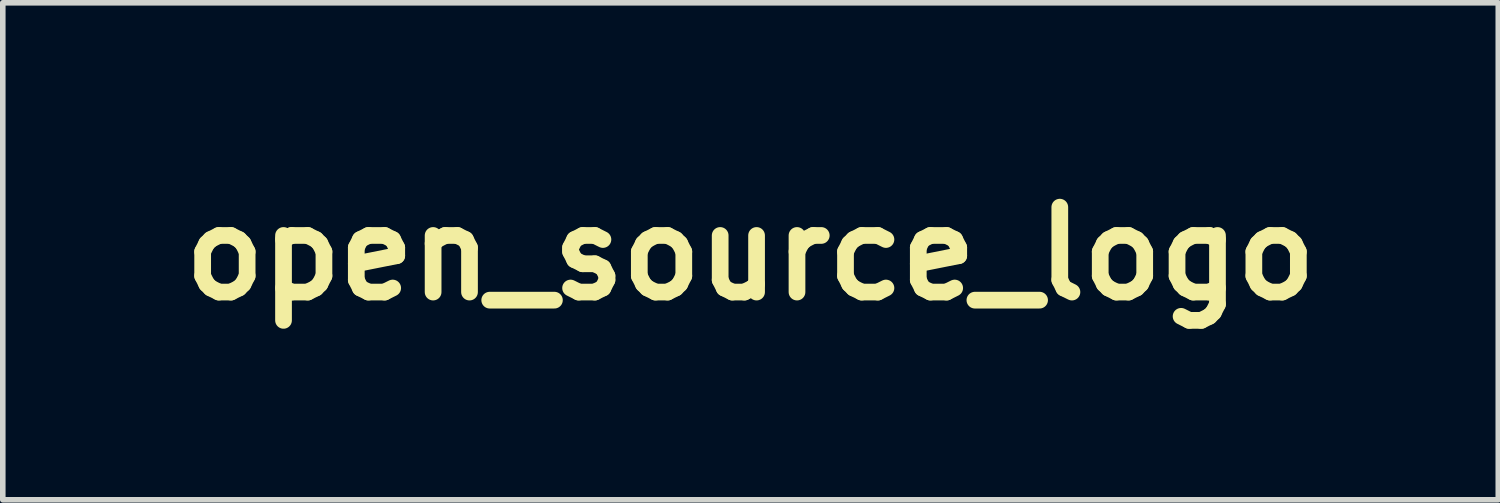
<source format=kicad_pcb>
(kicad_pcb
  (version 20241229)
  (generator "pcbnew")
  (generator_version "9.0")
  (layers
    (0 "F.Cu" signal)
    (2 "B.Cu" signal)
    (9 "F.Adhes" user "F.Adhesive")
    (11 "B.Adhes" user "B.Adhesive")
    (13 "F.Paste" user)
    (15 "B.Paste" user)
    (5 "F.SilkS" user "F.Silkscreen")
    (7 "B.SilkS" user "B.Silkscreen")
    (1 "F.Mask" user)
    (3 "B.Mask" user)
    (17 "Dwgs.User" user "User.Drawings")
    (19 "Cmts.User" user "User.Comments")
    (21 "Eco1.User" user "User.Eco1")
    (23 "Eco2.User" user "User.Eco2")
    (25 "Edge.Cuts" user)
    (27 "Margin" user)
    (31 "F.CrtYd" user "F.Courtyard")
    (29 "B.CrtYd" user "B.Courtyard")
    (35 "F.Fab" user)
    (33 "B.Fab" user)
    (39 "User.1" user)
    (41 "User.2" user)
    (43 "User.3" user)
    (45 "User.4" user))
  (footprint "open_source_logo"
    (layer "F.Cu")
    (at 10.421 1.503)
    (property "Reference" "open_source_logo" (at 0 0 0) (layer "F.SilkS") (effects (font (size 1.524 1.524) (thickness 0.3))))
    (attr through_hole)
    (fp_poly (pts (xy 0.695 0.316) (xy 0.711 0.344) (xy 0.716 0.37) (xy 0.739 0.364) (xy 0.768 0.344) (xy 0.836 0.317) (xy 0.922 0.306) (xy 1.002 0.313) (xy 1.036 0.326) (xy 1.053 0.35) (xy 1.034 0.389) (xy 1.02 0.408) (xy 0.968 0.452) (xy 0.899 0.463) (xy 0.882 0.461) (xy 0.813 0.462) (xy 0.765 0.482) (xy 0.734 0.529) (xy 0.718 0.61) (xy 0.712 0.731) (xy 0.711 0.789) (xy 0.711 1.041) (xy 0.559 1.041) (xy 0.559 0.305) (xy 0.635 0.305) (xy 0.695 0.316)) (stroke (width 0.01) (type solid)) (fill yes) (layer "F.Mask"))
    (fp_poly (pts (xy 3.711 0.312) (xy 3.734 0.331) (xy 3.734 0.331) (xy 3.749 0.344) (xy 3.783 0.331) (xy 3.851 0.311) (xy 3.936 0.306) (xy 4.011 0.317) (xy 4.036 0.328) (xy 4.056 0.351) (xy 4.044 0.386) (xy 4.029 0.409) (xy 3.986 0.451) (xy 3.925 0.462) (xy 3.898 0.461) (xy 3.831 0.46) (xy 3.785 0.474) (xy 3.756 0.512) (xy 3.741 0.582) (xy 3.735 0.69) (xy 3.734 0.778) (xy 3.734 1.041) (xy 3.581 1.041) (xy 3.581 0.305) (xy 3.658 0.305) (xy 3.711 0.312)) (stroke (width 0.01) (type solid)) (fill yes) (layer "F.Mask"))
    (fp_poly (pts (xy 4.195 -0.874) (xy 4.218 -0.863) (xy 4.251 -0.841) (xy 4.251 -0.816) (xy 4.223 -0.774) (xy 4.179 -0.731) (xy 4.123 -0.724) (xy 4.098 -0.727) (xy 4.024 -0.727) (xy 3.965 -0.688) (xy 3.965 -0.688) (xy 3.94 -0.658) (xy 3.924 -0.619) (xy 3.916 -0.56) (xy 3.912 -0.47) (xy 3.912 -0.381) (xy 3.912 -0.127) (xy 3.758 -0.127) (xy 3.765 -0.502) (xy 3.772 -0.876) (xy 3.842 -0.884) (xy 3.895 -0.881) (xy 3.912 -0.852) (xy 3.912 -0.852) (xy 3.916 -0.827) (xy 3.94 -0.828) (xy 3.987 -0.85) (xy 4.096 -0.886) (xy 4.195 -0.874)) (stroke (width 0.01) (type solid)) (fill yes) (layer "F.Mask"))
    (fp_poly (pts (xy 0.96 -0.872) (xy 1.047 -0.815) (xy 1.13 -0.741) (xy 1.148 -0.127) (xy 0.995 -0.127) (xy 0.987 -0.396) (xy 0.981 -0.519) (xy 0.974 -0.602) (xy 0.963 -0.654) (xy 0.946 -0.685) (xy 0.929 -0.701) (xy 0.85 -0.734) (xy 0.776 -0.717) (xy 0.737 -0.686) (xy 0.713 -0.656) (xy 0.698 -0.615) (xy 0.69 -0.554) (xy 0.686 -0.459) (xy 0.686 -0.381) (xy 0.686 -0.127) (xy 0.532 -0.127) (xy 0.539 -0.502) (xy 0.546 -0.876) (xy 0.616 -0.884) (xy 0.67 -0.881) (xy 0.686 -0.852) (xy 0.686 -0.852) (xy 0.691 -0.827) (xy 0.714 -0.828) (xy 0.761 -0.85) (xy 0.866 -0.885) (xy 0.96 -0.872)) (stroke (width 0.01) (type solid)) (fill yes) (layer "F.Mask"))
    (fp_poly (pts (xy 3.524 -0.884) (xy 3.594 -0.876) (xy 3.608 -0.127) (xy 3.531 -0.127) (xy 3.471 -0.138) (xy 3.454 -0.167) (xy 3.45 -0.192) (xy 3.427 -0.186) (xy 3.398 -0.167) (xy 3.306 -0.131) (xy 3.204 -0.133) (xy 3.111 -0.172) (xy 3.091 -0.188) (xy 3.05 -0.231) (xy 3.023 -0.279) (xy 3.007 -0.341) (xy 3.001 -0.428) (xy 3.001 -0.551) (xy 3.002 -0.622) (xy 3.01 -0.876) (xy 3.08 -0.884) (xy 3.15 -0.892) (xy 3.15 -0.642) (xy 3.154 -0.495) (xy 3.168 -0.392) (xy 3.195 -0.325) (xy 3.238 -0.29) (xy 3.299 -0.279) (xy 3.302 -0.279) (xy 3.364 -0.289) (xy 3.407 -0.324) (xy 3.435 -0.388) (xy 3.45 -0.49) (xy 3.454 -0.636) (xy 3.454 -0.642) (xy 3.454 -0.892) (xy 3.524 -0.884)) (stroke (width 0.01) (type solid)) (fill yes) (layer "F.Mask"))
    (fp_poly (pts (xy 4.659 -0.874) (xy 4.753 -0.834) (xy 4.821 -0.791) (xy 4.846 -0.759) (xy 4.832 -0.729) (xy 4.797 -0.701) (xy 4.75 -0.677) (xy 4.709 -0.687) (xy 4.689 -0.7) (xy 4.602 -0.734) (xy 4.514 -0.718) (xy 4.467 -0.688) (xy 4.424 -0.625) (xy 4.405 -0.535) (xy 4.409 -0.44) (xy 4.438 -0.357) (xy 4.455 -0.333) (xy 4.525 -0.29) (xy 4.613 -0.282) (xy 4.698 -0.31) (xy 4.699 -0.311) (xy 4.741 -0.327) (xy 4.78 -0.31) (xy 4.804 -0.287) (xy 4.859 -0.232) (xy 4.773 -0.18) (xy 4.654 -0.135) (xy 4.529 -0.132) (xy 4.413 -0.172) (xy 4.394 -0.184) (xy 4.314 -0.266) (xy 4.266 -0.374) (xy 4.249 -0.495) (xy 4.263 -0.617) (xy 4.307 -0.727) (xy 4.379 -0.815) (xy 4.435 -0.85) (xy 4.549 -0.885) (xy 4.659 -0.874)) (stroke (width 0.01) (type solid)) (fill yes) (layer "F.Mask"))
    (fp_poly (pts (xy -1.241 -0.871) (xy -1.194 -0.851) (xy -1.122 -0.804) (xy -1.076 -0.745) (xy -1.051 -0.663) (xy -1.042 -0.546) (xy -1.041 -0.5) (xy -1.043 -0.398) (xy -1.049 -0.332) (xy -1.066 -0.286) (xy -1.097 -0.245) (xy -1.128 -0.213) (xy -1.193 -0.157) (xy -1.253 -0.133) (xy -1.325 -0.128) (xy -1.408 -0.136) (xy -1.479 -0.154) (xy -1.492 -0.161) (xy -1.567 -0.222) (xy -1.615 -0.311) (xy -1.64 -0.435) (xy -1.639 -0.514) (xy -1.486 -0.514) (xy -1.48 -0.414) (xy -1.462 -0.342) (xy -1.451 -0.321) (xy -1.392 -0.287) (xy -1.313 -0.283) (xy -1.243 -0.306) (xy -1.215 -0.33) (xy -1.2 -0.373) (xy -1.194 -0.449) (xy -1.194 -0.488) (xy -1.205 -0.612) (xy -1.238 -0.693) (xy -1.295 -0.732) (xy -1.333 -0.737) (xy -1.41 -0.722) (xy -1.459 -0.674) (xy -1.482 -0.588) (xy -1.486 -0.514) (xy -1.639 -0.514) (xy -1.638 -0.58) (xy -1.603 -0.704) (xy -1.54 -0.8) (xy -1.455 -0.863) (xy -1.353 -0.889) (xy -1.241 -0.871)) (stroke (width 0.01) (type solid)) (fill yes) (layer "F.Mask"))
    (fp_poly (pts (xy 1.676 1.041) (xy 1.602 1.041) (xy 1.546 1.032) (xy 1.518 1.01) (xy 1.501 0.991) (xy 1.468 1.01) (xy 1.402 1.04) (xy 1.315 1.052) (xy 1.235 1.042) (xy 1.231 1.04) (xy 1.165 1.006) (xy 1.12 0.956) (xy 1.094 0.879) (xy 1.082 0.769) (xy 1.08 0.7) (xy 1.219 0.7) (xy 1.235 0.796) (xy 1.275 0.868) (xy 1.333 0.909) (xy 1.397 0.912) (xy 1.457 0.877) (xy 1.498 0.805) (xy 1.517 0.707) (xy 1.51 0.603) (xy 1.483 0.518) (xy 1.441 0.473) (xy 1.374 0.458) (xy 1.355 0.457) (xy 1.289 0.471) (xy 1.246 0.515) (xy 1.224 0.598) (xy 1.219 0.7) (xy 1.08 0.7) (xy 1.079 0.668) (xy 1.08 0.555) (xy 1.084 0.481) (xy 1.095 0.434) (xy 1.115 0.401) (xy 1.146 0.37) (xy 1.151 0.366) (xy 1.24 0.318) (xy 1.344 0.305) (xy 1.442 0.329) (xy 1.468 0.344) (xy 1.524 0.384) (xy 1.524 0) (xy 1.676 0) (xy 1.676 1.041)) (stroke (width 0.01) (type solid)) (fill yes) (layer "F.Mask"))
    (fp_poly (pts (xy 2.669 -0.87) (xy 2.764 -0.819) (xy 2.834 -0.732) (xy 2.858 -0.665) (xy 2.868 -0.575) (xy 2.866 -0.464) (xy 2.859 -0.364) (xy 2.848 -0.3) (xy 2.826 -0.255) (xy 2.79 -0.215) (xy 2.774 -0.201) (xy 2.708 -0.152) (xy 2.638 -0.131) (xy 2.568 -0.127) (xy 2.479 -0.134) (xy 2.415 -0.16) (xy 2.367 -0.199) (xy 2.302 -0.291) (xy 2.266 -0.41) (xy 2.259 -0.531) (xy 2.412 -0.531) (xy 2.415 -0.434) (xy 2.437 -0.353) (xy 2.455 -0.326) (xy 2.519 -0.288) (xy 2.598 -0.283) (xy 2.668 -0.311) (xy 2.678 -0.319) (xy 2.706 -0.375) (xy 2.717 -0.474) (xy 2.718 -0.508) (xy 2.715 -0.598) (xy 2.702 -0.652) (xy 2.675 -0.686) (xy 2.661 -0.697) (xy 2.581 -0.733) (xy 2.508 -0.72) (xy 2.464 -0.686) (xy 2.429 -0.621) (xy 2.412 -0.531) (xy 2.259 -0.531) (xy 2.258 -0.539) (xy 2.281 -0.663) (xy 2.333 -0.766) (xy 2.355 -0.792) (xy 2.452 -0.858) (xy 2.561 -0.884) (xy 2.669 -0.87)) (stroke (width 0.01) (type solid)) (fill yes) (layer "F.Mask"))
    (fp_poly (pts (xy 5.334 -0.851) (xy 5.423 -0.784) (xy 5.472 -0.693) (xy 5.486 -0.579) (xy 5.486 -0.457) (xy 5.271 -0.457) (xy 5.163 -0.456) (xy 5.098 -0.45) (xy 5.065 -0.439) (xy 5.055 -0.42) (xy 5.055 -0.417) (xy 5.076 -0.337) (xy 5.131 -0.285) (xy 5.21 -0.266) (xy 5.301 -0.285) (xy 5.315 -0.291) (xy 5.371 -0.315) (xy 5.407 -0.313) (xy 5.442 -0.286) (xy 5.472 -0.255) (xy 5.471 -0.23) (xy 5.434 -0.193) (xy 5.424 -0.185) (xy 5.342 -0.143) (xy 5.236 -0.127) (xy 5.125 -0.138) (xy 5.049 -0.167) (xy 4.967 -0.239) (xy 4.918 -0.35) (xy 4.902 -0.497) (xy 4.915 -0.608) (xy 5.055 -0.608) (xy 5.061 -0.58) (xy 5.087 -0.566) (xy 5.144 -0.56) (xy 5.207 -0.559) (xy 5.301 -0.563) (xy 5.35 -0.576) (xy 5.359 -0.591) (xy 5.346 -0.635) (xy 5.32 -0.68) (xy 5.263 -0.725) (xy 5.193 -0.736) (xy 5.124 -0.716) (xy 5.073 -0.67) (xy 5.055 -0.608) (xy 4.915 -0.608) (xy 4.919 -0.643) (xy 4.966 -0.759) (xy 5.039 -0.841) (xy 5.132 -0.884) (xy 5.239 -0.885) (xy 5.334 -0.851)) (stroke (width 0.01) (type solid)) (fill yes) (layer "F.Mask"))
    (fp_poly (pts (xy 0.2 -0.867) (xy 0.288 -0.821) (xy 0.357 -0.745) (xy 0.399 -0.641) (xy 0.406 -0.562) (xy 0.406 -0.457) (xy 0.178 -0.457) (xy 0.069 -0.456) (xy 0.001 -0.452) (xy -0.035 -0.443) (xy -0.049 -0.426) (xy -0.051 -0.408) (xy -0.03 -0.358) (xy 0.02 -0.305) (xy 0.081 -0.265) (xy 0.125 -0.254) (xy 0.176 -0.268) (xy 0.225 -0.295) (xy 0.27 -0.321) (xy 0.304 -0.313) (xy 0.332 -0.291) (xy 0.373 -0.245) (xy 0.371 -0.21) (xy 0.323 -0.175) (xy 0.306 -0.166) (xy 0.215 -0.137) (xy 0.107 -0.129) (xy 0.006 -0.142) (xy -0.045 -0.161) (xy -0.123 -0.232) (xy -0.177 -0.338) (xy -0.202 -0.467) (xy -0.195 -0.606) (xy -0.051 -0.606) (xy -0.044 -0.579) (xy -0.016 -0.565) (xy 0.044 -0.559) (xy 0.102 -0.559) (xy 0.188 -0.561) (xy 0.235 -0.571) (xy 0.253 -0.59) (xy 0.254 -0.601) (xy 0.232 -0.665) (xy 0.177 -0.716) (xy 0.107 -0.737) (xy 0.106 -0.737) (xy 0.033 -0.718) (xy -0.025 -0.671) (xy -0.051 -0.61) (xy -0.051 -0.606) (xy -0.195 -0.606) (xy -0.194 -0.61) (xy -0.193 -0.62) (xy -0.151 -0.736) (xy -0.081 -0.817) (xy 0.006 -0.866) (xy 0.103 -0.882) (xy 0.2 -0.867)) (stroke (width 0.01) (type solid)) (fill yes) (layer "F.Mask"))
    (fp_poly (pts (xy 1.988 -0.871) (xy 2.096 -0.828) (xy 2.1 -0.825) (xy 2.143 -0.793) (xy 2.148 -0.77) (xy 2.116 -0.734) (xy 2.114 -0.731) (xy 2.068 -0.698) (xy 2.024 -0.702) (xy 2.011 -0.709) (xy 1.935 -0.733) (xy 1.853 -0.736) (xy 1.785 -0.717) (xy 1.754 -0.688) (xy 1.743 -0.644) (xy 1.768 -0.612) (xy 1.835 -0.59) (xy 1.928 -0.576) (xy 2.014 -0.56) (xy 2.084 -0.535) (xy 2.109 -0.52) (xy 2.161 -0.442) (xy 2.174 -0.351) (xy 2.149 -0.261) (xy 2.09 -0.187) (xy 2.055 -0.164) (xy 1.955 -0.134) (xy 1.833 -0.131) (xy 1.712 -0.153) (xy 1.645 -0.18) (xy 1.579 -0.217) (xy 1.554 -0.246) (xy 1.565 -0.278) (xy 1.59 -0.308) (xy 1.619 -0.335) (xy 1.649 -0.338) (xy 1.698 -0.317) (xy 1.723 -0.303) (xy 1.825 -0.262) (xy 1.908 -0.261) (xy 1.983 -0.301) (xy 1.984 -0.302) (xy 2.023 -0.34) (xy 2.023 -0.371) (xy 2.009 -0.391) (xy 1.959 -0.422) (xy 1.908 -0.432) (xy 1.839 -0.439) (xy 1.755 -0.456) (xy 1.744 -0.459) (xy 1.658 -0.505) (xy 1.606 -0.575) (xy 1.588 -0.659) (xy 1.605 -0.743) (xy 1.657 -0.816) (xy 1.74 -0.864) (xy 1.862 -0.883) (xy 1.988 -0.871)) (stroke (width 0.01) (type solid)) (fill yes) (layer "F.Mask"))
    (fp_poly (pts (xy 4.456 0.312) (xy 4.529 0.328) (xy 4.532 0.33) (xy 4.606 0.382) (xy 4.663 0.47) (xy 4.695 0.577) (xy 4.699 0.629) (xy 4.699 0.737) (xy 4.47 0.737) (xy 4.361 0.738) (xy 4.294 0.742) (xy 4.257 0.751) (xy 4.244 0.768) (xy 4.242 0.783) (xy 4.264 0.849) (xy 4.321 0.893) (xy 4.402 0.911) (xy 4.495 0.899) (xy 4.534 0.884) (xy 4.588 0.868) (xy 4.629 0.885) (xy 4.643 0.898) (xy 4.67 0.932) (xy 4.662 0.957) (xy 4.624 0.99) (xy 4.541 1.028) (xy 4.434 1.046) (xy 4.326 1.041) (xy 4.265 1.024) (xy 4.177 0.961) (xy 4.118 0.859) (xy 4.091 0.724) (xy 4.089 0.678) (xy 4.102 0.56) (xy 4.242 0.56) (xy 4.248 0.588) (xy 4.273 0.603) (xy 4.33 0.609) (xy 4.394 0.61) (xy 4.483 0.607) (xy 4.53 0.596) (xy 4.546 0.576) (xy 4.547 0.572) (xy 4.526 0.519) (xy 4.478 0.468) (xy 4.421 0.435) (xy 4.4 0.432) (xy 4.335 0.45) (xy 4.276 0.493) (xy 4.244 0.546) (xy 4.242 0.56) (xy 4.102 0.56) (xy 4.106 0.528) (xy 4.153 0.415) (xy 4.231 0.34) (xy 4.337 0.307) (xy 4.373 0.305) (xy 4.456 0.312)) (stroke (width 0.01) (type solid)) (fill yes) (layer "F.Mask"))
    (fp_poly (pts (xy 3.167 0.31) (xy 3.255 0.322) (xy 3.319 0.343) (xy 3.361 0.382) (xy 3.386 0.446) (xy 3.399 0.543) (xy 3.403 0.681) (xy 3.404 0.742) (xy 3.404 1.047) (xy 3.321 1.035) (xy 3.247 1.031) (xy 3.188 1.039) (xy 3.13 1.047) (xy 3.051 1.048) (xy 3.03 1.047) (xy 2.926 1.017) (xy 2.855 0.952) (xy 2.821 0.856) (xy 2.819 0.825) (xy 2.82 0.822) (xy 2.957 0.822) (xy 2.971 0.862) (xy 3.002 0.897) (xy 3.057 0.912) (xy 3.113 0.914) (xy 3.187 0.91) (xy 3.226 0.893) (xy 3.25 0.854) (xy 3.252 0.849) (xy 3.271 0.788) (xy 3.265 0.754) (xy 3.224 0.74) (xy 3.141 0.737) (xy 3.14 0.737) (xy 3.032 0.746) (xy 2.971 0.775) (xy 2.957 0.822) (xy 2.82 0.822) (xy 2.833 0.735) (xy 2.877 0.673) (xy 2.959 0.633) (xy 3.083 0.612) (xy 3.088 0.612) (xy 3.195 0.598) (xy 3.251 0.58) (xy 3.261 0.565) (xy 3.256 0.51) (xy 3.255 0.496) (xy 3.229 0.466) (xy 3.172 0.446) (xy 3.102 0.439) (xy 3.038 0.45) (xy 3.025 0.456) (xy 2.96 0.471) (xy 2.921 0.457) (xy 2.876 0.419) (xy 2.875 0.381) (xy 2.911 0.348) (xy 2.979 0.322) (xy 3.071 0.309) (xy 3.167 0.31)) (stroke (width 0.01) (type solid)) (fill yes) (layer "F.Mask"))
    (fp_poly (pts (xy 0.192 0.31) (xy 0.287 0.343) (xy 0.322 0.366) (xy 0.352 0.394) (xy 0.373 0.423) (xy 0.386 0.463) (xy 0.394 0.525) (xy 0.399 0.618) (xy 0.402 0.734) (xy 0.411 1.041) (xy 0.332 1.041) (xy 0.278 1.033) (xy 0.254 1.014) (xy 0.254 1.013) (xy 0.244 0.998) (xy 0.219 1.014) (xy 0.155 1.041) (xy 0.066 1.05) (xy -0.028 1.04) (xy -0.076 1.025) (xy -0.154 0.969) (xy -0.195 0.889) (xy -0.195 0.838) (xy -0.05 0.838) (xy -0.036 0.884) (xy -0.019 0.898) (xy 0.044 0.911) (xy 0.122 0.911) (xy 0.19 0.9) (xy 0.224 0.884) (xy 0.248 0.835) (xy 0.254 0.795) (xy 0.248 0.759) (xy 0.222 0.742) (xy 0.162 0.737) (xy 0.142 0.737) (xy 0.063 0.74) (xy 0.002 0.748) (xy -0.011 0.752) (xy -0.041 0.786) (xy -0.05 0.838) (xy -0.195 0.838) (xy -0.194 0.799) (xy -0.152 0.71) (xy -0.129 0.684) (xy -0.08 0.641) (xy -0.031 0.619) (xy 0.038 0.611) (xy 0.1 0.61) (xy 0.185 0.608) (xy 0.231 0.601) (xy 0.25 0.583) (xy 0.254 0.55) (xy 0.254 0.547) (xy 0.233 0.484) (xy 0.176 0.447) (xy 0.092 0.437) (xy -0.008 0.459) (xy -0.025 0.466) (xy -0.073 0.463) (xy -0.114 0.442) (xy -0.148 0.413) (xy -0.145 0.39) (xy -0.105 0.354) (xy -0.105 0.354) (xy -0.024 0.315) (xy 0.081 0.301) (xy 0.192 0.31)) (stroke (width 0.01) (type solid)) (fill yes) (layer "F.Mask"))
    (fp_poly (pts (xy -0.49 -0.876) (xy -0.433 -0.851) (xy -0.368 -0.795) (xy -0.327 -0.704) (xy -0.308 -0.574) (xy -0.309 -0.44) (xy -0.316 -0.339) (xy -0.328 -0.274) (xy -0.348 -0.23) (xy -0.383 -0.194) (xy -0.389 -0.188) (xy -0.483 -0.138) (xy -0.59 -0.129) (xy -0.691 -0.163) (xy -0.699 -0.168) (xy -0.762 -0.209) (xy -0.762 0.076) (xy -0.761 0.199) (xy -0.759 0.28) (xy -0.753 0.326) (xy -0.742 0.344) (xy -0.725 0.344) (xy -0.718 0.341) (xy -0.664 0.326) (xy -0.588 0.313) (xy -0.569 0.311) (xy -0.487 0.311) (xy -0.424 0.338) (xy -0.391 0.364) (xy -0.36 0.392) (xy -0.339 0.421) (xy -0.326 0.46) (xy -0.318 0.521) (xy -0.313 0.612) (xy -0.309 0.734) (xy -0.301 1.041) (xy -0.457 1.041) (xy -0.457 0.789) (xy -0.46 0.652) (xy -0.472 0.558) (xy -0.496 0.499) (xy -0.536 0.468) (xy -0.594 0.457) (xy -0.61 0.457) (xy -0.673 0.468) (xy -0.717 0.505) (xy -0.745 0.574) (xy -0.759 0.681) (xy -0.762 0.806) (xy -0.762 1.041) (xy -0.915 1.041) (xy -0.908 0.083) (xy -0.904 -0.531) (xy -0.754 -0.531) (xy -0.75 -0.428) (xy -0.723 -0.339) (xy -0.705 -0.311) (xy -0.656 -0.285) (xy -0.586 -0.282) (xy -0.52 -0.303) (xy -0.497 -0.319) (xy -0.47 -0.374) (xy -0.458 -0.459) (xy -0.46 -0.553) (xy -0.477 -0.638) (xy -0.497 -0.68) (xy -0.556 -0.726) (xy -0.628 -0.733) (xy -0.694 -0.699) (xy -0.695 -0.699) (xy -0.735 -0.628) (xy -0.754 -0.531) (xy -0.904 -0.531) (xy -0.902 -0.876) (xy -0.832 -0.884) (xy -0.778 -0.881) (xy -0.762 -0.852) (xy -0.762 -0.852) (xy -0.757 -0.827) (xy -0.734 -0.828) (xy -0.687 -0.85) (xy -0.586 -0.885) (xy -0.49 -0.876)) (stroke (width 0.01) (type solid)) (fill yes) (layer "F.Mask"))
    (fp_poly (pts (xy 2.772 0.308) (xy 2.794 0.316) (xy 2.787 0.344) (xy 2.767 0.408) (xy 2.739 0.5) (xy 2.705 0.607) (xy 2.669 0.719) (xy 2.635 0.826) (xy 2.605 0.916) (xy 2.584 0.978) (xy 2.577 0.997) (xy 2.539 1.033) (xy 2.492 1.041) (xy 2.458 1.038) (xy 2.434 1.021) (xy 2.412 0.982) (xy 2.388 0.91) (xy 2.364 0.828) (xy 2.335 0.727) (xy 2.309 0.644) (xy 2.289 0.592) (xy 2.285 0.583) (xy 2.272 0.593) (xy 2.248 0.641) (xy 2.22 0.713) (xy 2.189 0.798) (xy 2.162 0.884) (xy 2.142 0.959) (xy 2.134 1.01) (xy 2.134 1.013) (xy 2.114 1.037) (xy 2.067 1.042) (xy 2.014 1.032) (xy 1.975 1.007) (xy 1.969 0.997) (xy 1.954 0.955) (xy 1.929 0.88) (xy 1.898 0.781) (xy 1.862 0.671) (xy 1.827 0.56) (xy 1.795 0.458) (xy 1.77 0.377) (xy 1.755 0.327) (xy 1.753 0.316) (xy 1.775 0.308) (xy 1.827 0.305) (xy 1.86 0.306) (xy 1.885 0.315) (xy 1.906 0.34) (xy 1.926 0.388) (xy 1.951 0.466) (xy 1.984 0.584) (xy 1.996 0.63) (xy 2.02 0.708) (xy 2.043 0.758) (xy 2.058 0.77) (xy 2.073 0.738) (xy 2.099 0.669) (xy 2.131 0.577) (xy 2.148 0.527) (xy 2.183 0.42) (xy 2.211 0.353) (xy 2.236 0.318) (xy 2.263 0.305) (xy 2.273 0.305) (xy 2.302 0.312) (xy 2.327 0.338) (xy 2.353 0.393) (xy 2.385 0.485) (xy 2.399 0.527) (xy 2.432 0.627) (xy 2.462 0.709) (xy 2.482 0.759) (xy 2.488 0.769) (xy 2.505 0.761) (xy 2.527 0.715) (xy 2.534 0.693) (xy 2.557 0.613) (xy 2.586 0.512) (xy 2.604 0.451) (xy 2.629 0.369) (xy 2.652 0.325) (xy 2.681 0.308) (xy 2.72 0.305) (xy 2.772 0.308)) (stroke (width 0.01) (type solid)) (fill yes) (layer "F.Mask"))
    (fp_poly (pts (xy -3.978 -1.495) (xy -3.93 -1.493) (xy -3.721 -1.486) (xy -3.682 -1.274) (xy -3.643 -1.062) (xy -3.495 -0.999) (xy -3.347 -0.936) (xy -3.168 -1.055) (xy -2.99 -1.174) (xy -2.688 -0.872) (xy -2.807 -0.702) (xy -2.926 -0.532) (xy -2.87 -0.394) (xy -2.835 -0.315) (xy -2.802 -0.255) (xy -2.785 -0.233) (xy -2.747 -0.217) (xy -2.674 -0.198) (xy -2.58 -0.18) (xy -2.571 -0.178) (xy -2.386 -0.147) (xy -2.393 0.072) (xy -2.4 0.292) (xy -2.591 0.326) (xy -2.682 0.343) (xy -2.752 0.357) (xy -2.786 0.366) (xy -2.788 0.367) (xy -2.8 0.392) (xy -2.825 0.451) (xy -2.855 0.527) (xy -2.916 0.682) (xy -2.801 0.852) (xy -2.687 1.023) (xy -2.988 1.323) (xy -3.151 1.211) (xy -3.234 1.156) (xy -3.288 1.125) (xy -3.327 1.115) (xy -3.363 1.123) (xy -3.397 1.138) (xy -3.453 1.161) (xy -3.486 1.168) (xy -3.488 1.167) (xy -3.5 1.14) (xy -3.528 1.076) (xy -3.567 0.982) (xy -3.614 0.867) (xy -3.631 0.826) (xy -3.765 0.497) (xy -3.689 0.433) (xy -3.583 0.315) (xy -3.521 0.183) (xy -3.507 0.044) (xy -3.541 -0.096) (xy -3.555 -0.126) (xy -3.63 -0.236) (xy -3.725 -0.305) (xy -3.85 -0.338) (xy -3.937 -0.343) (xy -4.08 -0.328) (xy -4.189 -0.28) (xy -4.273 -0.192) (xy -4.318 -0.114) (xy -4.363 0.028) (xy -4.358 0.164) (xy -4.303 0.291) (xy -4.207 0.4) (xy -4.153 0.451) (xy -4.12 0.49) (xy -4.115 0.501) (xy -4.124 0.539) (xy -4.149 0.609) (xy -4.187 0.702) (xy -4.231 0.808) (xy -4.279 0.916) (xy -4.324 1.016) (xy -4.364 1.098) (xy -4.393 1.152) (xy -4.406 1.167) (xy -4.446 1.155) (xy -4.496 1.132) (xy -4.531 1.116) (xy -4.565 1.116) (xy -4.61 1.137) (xy -4.678 1.181) (xy -4.716 1.209) (xy -4.792 1.262) (xy -4.851 1.302) (xy -4.881 1.32) (xy -4.882 1.321) (xy -4.903 1.304) (xy -4.95 1.259) (xy -5.015 1.195) (xy -5.04 1.17) (xy -5.189 1.02) (xy -5.071 0.854) (xy -4.952 0.688) (xy -5.019 0.523) (xy -5.056 0.435) (xy -5.085 0.384) (xy -5.118 0.357) (xy -5.164 0.344) (xy -5.178 0.342) (xy -5.268 0.326) (xy -5.365 0.31) (xy -5.372 0.309) (xy -5.474 0.291) (xy -5.488 -0.148) (xy -5.3 -0.179) (xy -5.205 -0.196) (xy -5.13 -0.212) (xy -5.089 -0.224) (xy -5.087 -0.225) (xy -5.063 -0.257) (xy -5.029 -0.319) (xy -4.995 -0.394) (xy -4.967 -0.465) (xy -4.954 -0.513) (xy -4.954 -0.518) (xy -4.968 -0.551) (xy -5.004 -0.613) (xy -5.055 -0.693) (xy -5.068 -0.711) (xy -5.181 -0.876) (xy -4.879 -1.179) (xy -4.702 -1.058) (xy -4.525 -0.937) (xy -4.378 -0.996) (xy -4.231 -1.054) (xy -4.199 -1.219) (xy -4.175 -1.341) (xy -4.157 -1.422) (xy -4.136 -1.469) (xy -4.105 -1.492) (xy -4.055 -1.498) (xy -3.978 -1.495)) (stroke (width 0.01) (type solid)) (fill yes) (layer "F.Mask")))
  (gr_rect
    (start -3 -3)
    (end 23.843 5.921)
    (stroke (width 0.1) (type default))
    (fill no)
    (layer "Edge.Cuts")))
</source>
